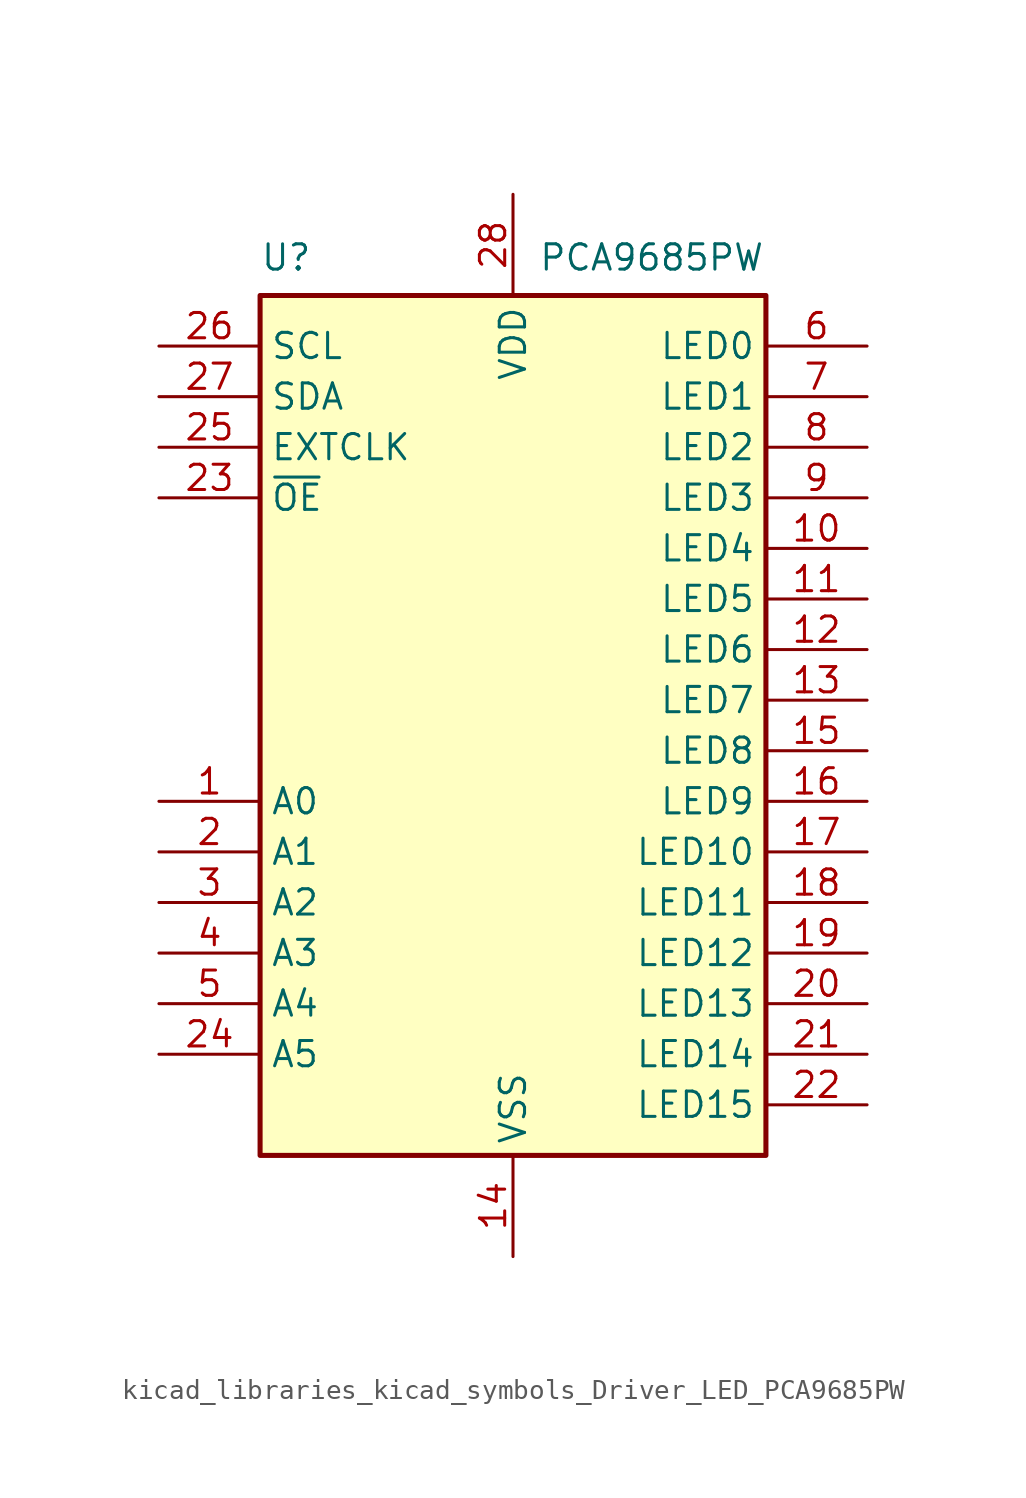
<source format=kicad_sym>
(kicad_symbol_lib
  (version 20220914)
  (generator kicad_symbol_editor)
  (symbol "kicad_libraries_kicad_symbols_Driver_LED_PCA9685PW"
    (property "Reference" "U"
      (at -12.7 22.225 0)
      (effects (font (size 1.27 1.27)) (justify left)))
    (property "Value" "PCA9685PW"
      (at 1.27 22.225 0)
      (effects (font (size 1.27 1.27)) (justify left)))
    (symbol "kicad_libraries_kicad_symbols_Driver_LED_PCA9685PW_0_1"
      (rectangle (start -12.7 20.32) (end 12.7 -22.86) (stroke (width 0.254) (type default)) (fill (type background))))
    (symbol "kicad_libraries_kicad_symbols_Driver_LED_PCA9685PW_1_1"
      (pin input line (at -17.78 -5.08 0) (length 5.08) (name "A0" (effects (font (size 1.27 1.27)))) (number "1" (effects (font (size 1.27 1.27)))))
      (pin output line (at 17.78 7.62 180) (length 5.08) (name "LED4" (effects (font (size 1.27 1.27)))) (number "10" (effects (font (size 1.27 1.27)))))
      (pin output line (at 17.78 5.08 180) (length 5.08) (name "LED5" (effects (font (size 1.27 1.27)))) (number "11" (effects (font (size 1.27 1.27)))))
      (pin output line (at 17.78 2.54 180) (length 5.08) (name "LED6" (effects (font (size 1.27 1.27)))) (number "12" (effects (font (size 1.27 1.27)))))
      (pin output line (at 17.78 0 180) (length 5.08) (name "LED7" (effects (font (size 1.27 1.27)))) (number "13" (effects (font (size 1.27 1.27)))))
      (pin power_in line (at 0 -27.94 90) (length 5.08) (name "VSS" (effects (font (size 1.27 1.27)))) (number "14" (effects (font (size 1.27 1.27)))))
      (pin output line (at 17.78 -2.54 180) (length 5.08) (name "LED8" (effects (font (size 1.27 1.27)))) (number "15" (effects (font (size 1.27 1.27)))))
      (pin output line (at 17.78 -5.08 180) (length 5.08) (name "LED9" (effects (font (size 1.27 1.27)))) (number "16" (effects (font (size 1.27 1.27)))))
      (pin output line (at 17.78 -7.62 180) (length 5.08) (name "LED10" (effects (font (size 1.27 1.27)))) (number "17" (effects (font (size 1.27 1.27)))))
      (pin output line (at 17.78 -10.16 180) (length 5.08) (name "LED11" (effects (font (size 1.27 1.27)))) (number "18" (effects (font (size 1.27 1.27)))))
      (pin output line (at 17.78 -12.7 180) (length 5.08) (name "LED12" (effects (font (size 1.27 1.27)))) (number "19" (effects (font (size 1.27 1.27)))))
      (pin input line (at -17.78 -7.62 0) (length 5.08) (name "A1" (effects (font (size 1.27 1.27)))) (number "2" (effects (font (size 1.27 1.27)))))
      (pin output line (at 17.78 -15.24 180) (length 5.08) (name "LED13" (effects (font (size 1.27 1.27)))) (number "20" (effects (font (size 1.27 1.27)))))
      (pin output line (at 17.78 -17.78 180) (length 5.08) (name "LED14" (effects (font (size 1.27 1.27)))) (number "21" (effects (font (size 1.27 1.27)))))
      (pin output line (at 17.78 -20.32 180) (length 5.08) (name "LED15" (effects (font (size 1.27 1.27)))) (number "22" (effects (font (size 1.27 1.27)))))
      (pin input line (at -17.78 10.16 0) (length 5.08) (name "~{OE}" (effects (font (size 1.27 1.27)))) (number "23" (effects (font (size 1.27 1.27)))))
      (pin input line (at -17.78 -17.78 0) (length 5.08) (name "A5" (effects (font (size 1.27 1.27)))) (number "24" (effects (font (size 1.27 1.27)))))
      (pin input line (at -17.78 12.7 0) (length 5.08) (name "EXTCLK" (effects (font (size 1.27 1.27)))) (number "25" (effects (font (size 1.27 1.27)))))
      (pin input line (at -17.78 17.78 0) (length 5.08) (name "SCL" (effects (font (size 1.27 1.27)))) (number "26" (effects (font (size 1.27 1.27)))))
      (pin bidirectional line (at -17.78 15.24 0) (length 5.08) (name "SDA" (effects (font (size 1.27 1.27)))) (number "27" (effects (font (size 1.27 1.27)))))
      (pin power_in line (at 0 25.4 270) (length 5.08) (name "VDD" (effects (font (size 1.27 1.27)))) (number "28" (effects (font (size 1.27 1.27)))))
      (pin input line (at -17.78 -10.16 0) (length 5.08) (name "A2" (effects (font (size 1.27 1.27)))) (number "3" (effects (font (size 1.27 1.27)))))
      (pin input line (at -17.78 -12.7 0) (length 5.08) (name "A3" (effects (font (size 1.27 1.27)))) (number "4" (effects (font (size 1.27 1.27)))))
      (pin input line (at -17.78 -15.24 0) (length 5.08) (name "A4" (effects (font (size 1.27 1.27)))) (number "5" (effects (font (size 1.27 1.27)))))
      (pin output line (at 17.78 17.78 180) (length 5.08) (name "LED0" (effects (font (size 1.27 1.27)))) (number "6" (effects (font (size 1.27 1.27)))))
      (pin output line (at 17.78 15.24 180) (length 5.08) (name "LED1" (effects (font (size 1.27 1.27)))) (number "7" (effects (font (size 1.27 1.27)))))
      (pin output line (at 17.78 12.7 180) (length 5.08) (name "LED2" (effects (font (size 1.27 1.27)))) (number "8" (effects (font (size 1.27 1.27)))))
      (pin output line (at 17.78 10.16 180) (length 5.08) (name "LED3" (effects (font (size 1.27 1.27)))) (number "9" (effects (font (size 1.27 1.27))))))))
</source>
